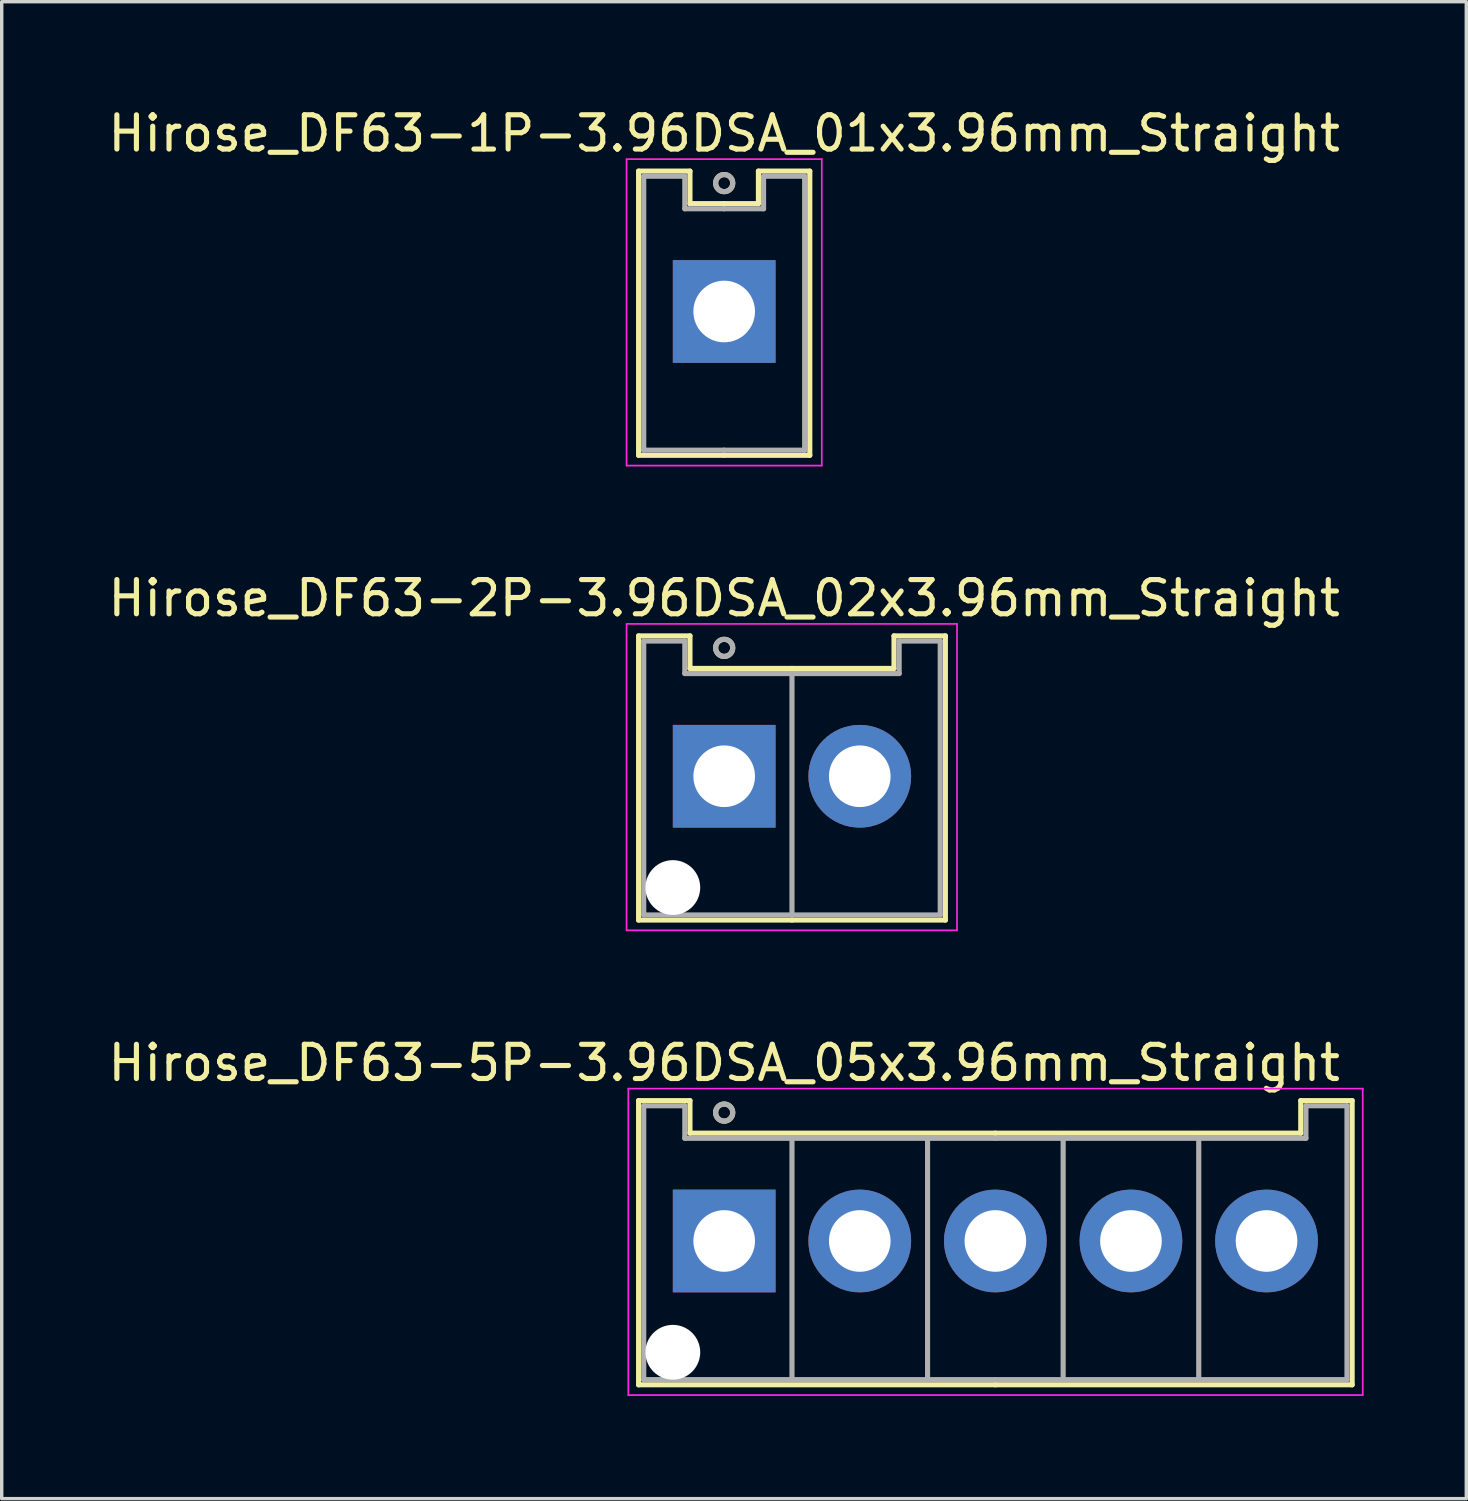
<source format=kicad_pcb>
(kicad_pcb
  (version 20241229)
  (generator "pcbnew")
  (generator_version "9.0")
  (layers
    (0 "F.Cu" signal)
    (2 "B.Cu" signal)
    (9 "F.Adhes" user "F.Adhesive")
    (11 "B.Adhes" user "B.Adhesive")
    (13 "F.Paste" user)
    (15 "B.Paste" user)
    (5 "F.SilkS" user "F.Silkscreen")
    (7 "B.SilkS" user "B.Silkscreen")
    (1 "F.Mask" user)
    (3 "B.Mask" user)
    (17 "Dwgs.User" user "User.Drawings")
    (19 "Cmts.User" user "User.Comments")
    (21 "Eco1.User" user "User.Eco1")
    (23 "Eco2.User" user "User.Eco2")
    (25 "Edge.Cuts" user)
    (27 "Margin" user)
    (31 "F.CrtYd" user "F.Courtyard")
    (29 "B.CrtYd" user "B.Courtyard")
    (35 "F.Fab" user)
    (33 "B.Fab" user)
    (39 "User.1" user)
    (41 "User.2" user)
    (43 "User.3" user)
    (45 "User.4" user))
  (footprint "Hirose_DF63-5P-3.96DSA_05x3.96mm_Straight"
    (layer "F.Cu")
    (at 18.101 33.195)
    (property "Reference" "Hirose_DF63-5P-3.96DSA_05x3.96mm_Straight" (at 0 -5.2 0) (layer "F.SilkS") (effects (font (size 1 1) (thickness 0.15))))
    (attr through_hole)
    (fp_line (start -2.5 -4.1) (end -1 -4.1) (stroke (width 0.15) (type solid)) (layer "F.SilkS"))
    (fp_line (start -2.5 4.2) (end -2.5 -4.1) (stroke (width 0.15) (type solid)) (layer "F.SilkS"))
    (fp_line (start -1 -4.1) (end -1 -3.15) (stroke (width 0.15) (type solid)) (layer "F.SilkS"))
    (fp_line (start -1 -3.15) (end 7.92 -3.15) (stroke (width 0.15) (type solid)) (layer "F.SilkS"))
    (fp_line (start 7.92 4.2) (end -2.5 4.2) (stroke (width 0.15) (type solid)) (layer "F.SilkS"))
    (fp_line (start 7.92 4.2) (end 18.34 4.2) (stroke (width 0.15) (type solid)) (layer "F.SilkS"))
    (fp_line (start 16.84 -4.1) (end 16.84 -3.15) (stroke (width 0.15) (type solid)) (layer "F.SilkS"))
    (fp_line (start 16.84 -3.15) (end 7.92 -3.15) (stroke (width 0.15) (type solid)) (layer "F.SilkS"))
    (fp_line (start 18.34 -4.1) (end 16.84 -4.1) (stroke (width 0.15) (type solid)) (layer "F.SilkS"))
    (fp_line (start 18.34 4.2) (end 18.34 -4.1) (stroke (width 0.15) (type solid)) (layer "F.SilkS"))
    (fp_circle (center 0 -3.75) (end 0.25 -3.75) (stroke (width 0.15) (type solid)) (fill no) (layer "F.SilkS"))
    (fp_line (start -2.8 -4.45) (end -2.8 4.5) (stroke (width 0.05) (type solid)) (layer "F.CrtYd"))
    (fp_line (start -2.8 4.5) (end 18.65 4.5) (stroke (width 0.05) (type solid)) (layer "F.CrtYd"))
    (fp_line (start 18.65 -4.45) (end -2.8 -4.45) (stroke (width 0.05) (type solid)) (layer "F.CrtYd"))
    (fp_line (start 18.65 4.5) (end 18.65 -4.45) (stroke (width 0.05) (type solid)) (layer "F.CrtYd"))
    (fp_line (start -2.35 -3.95) (end -1.15 -3.95) (stroke (width 0.15) (type solid)) (layer "F.Fab"))
    (fp_line (start -2.35 4.05) (end -2.35 -3.95) (stroke (width 0.15) (type solid)) (layer "F.Fab"))
    (fp_line (start -1.15 -3.95) (end -1.15 -3) (stroke (width 0.15) (type solid)) (layer "F.Fab"))
    (fp_line (start -1.15 -3) (end 7.92 -3) (stroke (width 0.15) (type solid)) (layer "F.Fab"))
    (fp_line (start 1.98 -3) (end 1.98 4.05) (stroke (width 0.15) (type solid)) (layer "F.Fab"))
    (fp_line (start 5.94 -3) (end 5.94 4.05) (stroke (width 0.15) (type solid)) (layer "F.Fab"))
    (fp_line (start 7.92 4.05) (end -2.35 4.05) (stroke (width 0.15) (type solid)) (layer "F.Fab"))
    (fp_line (start 7.92 4.05) (end 18.19 4.05) (stroke (width 0.15) (type solid)) (layer "F.Fab"))
    (fp_line (start 9.9 -3) (end 9.9 4.05) (stroke (width 0.15) (type solid)) (layer "F.Fab"))
    (fp_line (start 13.86 -3) (end 13.86 4.05) (stroke (width 0.15) (type solid)) (layer "F.Fab"))
    (fp_line (start 16.99 -3.95) (end 16.99 -3) (stroke (width 0.15) (type solid)) (layer "F.Fab"))
    (fp_line (start 16.99 -3) (end 7.92 -3) (stroke (width 0.15) (type solid)) (layer "F.Fab"))
    (fp_line (start 18.19 -3.95) (end 16.99 -3.95) (stroke (width 0.15) (type solid)) (layer "F.Fab"))
    (fp_line (start 18.19 4.05) (end 18.19 -3.95) (stroke (width 0.15) (type solid)) (layer "F.Fab"))
    (fp_circle (center 0 -3.75) (end 0.25 -3.75) (stroke (width 0.15) (type solid)) (fill no) (layer "F.Fab"))
    (pad "" np_thru_hole circle (at -1.5 3.25) (size 1.6 1.6) (drill 1.6) (layers "*.Cu" "*.Mask"))
    (pad "1" thru_hole rect (at 0 0) (size 3 3) (drill 1.8) (layers "*.Cu" "*.Mask"))
    (pad "2" thru_hole circle (at 3.96 0) (size 3 3) (drill 1.8) (layers "*.Cu" "*.Mask"))
    (pad "3" thru_hole circle (at 7.92 0) (size 3 3) (drill 1.8) (layers "*.Cu" "*.Mask"))
    (pad "4" thru_hole circle (at 11.88 0) (size 3 3) (drill 1.8) (layers "*.Cu" "*.Mask"))
    (pad "5" thru_hole circle (at 15.84 0) (size 3 3) (drill 1.8) (layers "*.Cu" "*.Mask")))
  (footprint "Hirose_DF63-1P-3.96DSA_01x3.96mm_Straight"
    (layer "F.Cu")
    (at 18.101 6.048)
    (property "Reference" "Hirose_DF63-1P-3.96DSA_01x3.96mm_Straight" (at 0 -5.2 0) (layer "F.SilkS") (effects (font (size 1 1) (thickness 0.15))))
    (attr through_hole)
    (fp_line (start -2.5 -4.1) (end -1 -4.1) (stroke (width 0.15) (type solid)) (layer "F.SilkS"))
    (fp_line (start -2.5 4.2) (end -2.5 -4.1) (stroke (width 0.15) (type solid)) (layer "F.SilkS"))
    (fp_line (start -1 -4.1) (end -1 -3.15) (stroke (width 0.15) (type solid)) (layer "F.SilkS"))
    (fp_line (start -1 -3.15) (end 0 -3.15) (stroke (width 0.15) (type solid)) (layer "F.SilkS"))
    (fp_line (start 0 4.2) (end -2.5 4.2) (stroke (width 0.15) (type solid)) (layer "F.SilkS"))
    (fp_line (start 0 4.2) (end 2.5 4.2) (stroke (width 0.15) (type solid)) (layer "F.SilkS"))
    (fp_line (start 1 -4.1) (end 1 -3.15) (stroke (width 0.15) (type solid)) (layer "F.SilkS"))
    (fp_line (start 1 -3.15) (end 0 -3.15) (stroke (width 0.15) (type solid)) (layer "F.SilkS"))
    (fp_line (start 2.5 -4.1) (end 1 -4.1) (stroke (width 0.15) (type solid)) (layer "F.SilkS"))
    (fp_line (start 2.5 4.2) (end 2.5 -4.1) (stroke (width 0.15) (type solid)) (layer "F.SilkS"))
    (fp_circle (center 0 -3.75) (end 0.25 -3.75) (stroke (width 0.15) (type solid)) (fill no) (layer "F.SilkS"))
    (fp_line (start -2.85 -4.45) (end -2.85 4.5) (stroke (width 0.05) (type solid)) (layer "F.CrtYd"))
    (fp_line (start -2.85 4.5) (end 2.85 4.5) (stroke (width 0.05) (type solid)) (layer "F.CrtYd"))
    (fp_line (start 2.85 -4.45) (end -2.85 -4.45) (stroke (width 0.05) (type solid)) (layer "F.CrtYd"))
    (fp_line (start 2.85 4.5) (end 2.85 -4.45) (stroke (width 0.05) (type solid)) (layer "F.CrtYd"))
    (fp_line (start -2.35 -3.95) (end -1.15 -3.95) (stroke (width 0.15) (type solid)) (layer "F.Fab"))
    (fp_line (start -2.35 4.05) (end -2.35 -3.95) (stroke (width 0.15) (type solid)) (layer "F.Fab"))
    (fp_line (start -1.15 -3.95) (end -1.15 -3) (stroke (width 0.15) (type solid)) (layer "F.Fab"))
    (fp_line (start -1.15 -3) (end 0 -3) (stroke (width 0.15) (type solid)) (layer "F.Fab"))
    (fp_line (start 0 4.05) (end -2.35 4.05) (stroke (width 0.15) (type solid)) (layer "F.Fab"))
    (fp_line (start 0 4.05) (end 2.35 4.05) (stroke (width 0.15) (type solid)) (layer "F.Fab"))
    (fp_line (start 1.15 -3.95) (end 1.15 -3) (stroke (width 0.15) (type solid)) (layer "F.Fab"))
    (fp_line (start 1.15 -3) (end 0 -3) (stroke (width 0.15) (type solid)) (layer "F.Fab"))
    (fp_line (start 2.35 -3.95) (end 1.15 -3.95) (stroke (width 0.15) (type solid)) (layer "F.Fab"))
    (fp_line (start 2.35 4.05) (end 2.35 -3.95) (stroke (width 0.15) (type solid)) (layer "F.Fab"))
    (fp_circle (center 0 -3.75) (end 0.25 -3.75) (stroke (width 0.15) (type solid)) (fill no) (layer "F.Fab"))
    (pad "1" thru_hole rect (at 0 0) (size 3 3) (drill 1.8) (layers "*.Cu" "*.Mask")))
  (footprint "Hirose_DF63-2P-3.96DSA_02x3.96mm_Straight"
    (layer "F.Cu")
    (at 18.101 19.622)
    (property "Reference" "Hirose_DF63-2P-3.96DSA_02x3.96mm_Straight" (at 0 -5.2 0) (layer "F.SilkS") (effects (font (size 1 1) (thickness 0.15))))
    (attr through_hole)
    (fp_line (start -2.5 -4.1) (end -1 -4.1) (stroke (width 0.15) (type solid)) (layer "F.SilkS"))
    (fp_line (start -2.5 4.2) (end -2.5 -4.1) (stroke (width 0.15) (type solid)) (layer "F.SilkS"))
    (fp_line (start -1 -4.1) (end -1 -3.15) (stroke (width 0.15) (type solid)) (layer "F.SilkS"))
    (fp_line (start -1 -3.15) (end 1.98 -3.15) (stroke (width 0.15) (type solid)) (layer "F.SilkS"))
    (fp_line (start 1.98 4.2) (end -2.5 4.2) (stroke (width 0.15) (type solid)) (layer "F.SilkS"))
    (fp_line (start 1.98 4.2) (end 6.46 4.2) (stroke (width 0.15) (type solid)) (layer "F.SilkS"))
    (fp_line (start 4.96 -4.1) (end 4.96 -3.15) (stroke (width 0.15) (type solid)) (layer "F.SilkS"))
    (fp_line (start 4.96 -3.15) (end 1.98 -3.15) (stroke (width 0.15) (type solid)) (layer "F.SilkS"))
    (fp_line (start 6.46 -4.1) (end 4.96 -4.1) (stroke (width 0.15) (type solid)) (layer "F.SilkS"))
    (fp_line (start 6.46 4.2) (end 6.46 -4.1) (stroke (width 0.15) (type solid)) (layer "F.SilkS"))
    (fp_circle (center 0 -3.75) (end 0.25 -3.75) (stroke (width 0.15) (type solid)) (fill no) (layer "F.SilkS"))
    (fp_line (start -2.85 -4.45) (end -2.85 4.5) (stroke (width 0.05) (type solid)) (layer "F.CrtYd"))
    (fp_line (start -2.85 4.5) (end 6.8 4.5) (stroke (width 0.05) (type solid)) (layer "F.CrtYd"))
    (fp_line (start 6.8 -4.45) (end -2.85 -4.45) (stroke (width 0.05) (type solid)) (layer "F.CrtYd"))
    (fp_line (start 6.8 4.5) (end 6.8 -4.45) (stroke (width 0.05) (type solid)) (layer "F.CrtYd"))
    (fp_line (start -2.35 -3.95) (end -1.15 -3.95) (stroke (width 0.15) (type solid)) (layer "F.Fab"))
    (fp_line (start -2.35 4.05) (end -2.35 -3.95) (stroke (width 0.15) (type solid)) (layer "F.Fab"))
    (fp_line (start -1.15 -3.95) (end -1.15 -3) (stroke (width 0.15) (type solid)) (layer "F.Fab"))
    (fp_line (start -1.15 -3) (end 1.98 -3) (stroke (width 0.15) (type solid)) (layer "F.Fab"))
    (fp_line (start 1.98 -3) (end 1.98 4.05) (stroke (width 0.15) (type solid)) (layer "F.Fab"))
    (fp_line (start 1.98 4.05) (end -2.35 4.05) (stroke (width 0.15) (type solid)) (layer "F.Fab"))
    (fp_line (start 1.98 4.05) (end 6.31 4.05) (stroke (width 0.15) (type solid)) (layer "F.Fab"))
    (fp_line (start 5.11 -3.95) (end 5.11 -3) (stroke (width 0.15) (type solid)) (layer "F.Fab"))
    (fp_line (start 5.11 -3) (end 1.98 -3) (stroke (width 0.15) (type solid)) (layer "F.Fab"))
    (fp_line (start 6.31 -3.95) (end 5.11 -3.95) (stroke (width 0.15) (type solid)) (layer "F.Fab"))
    (fp_line (start 6.31 4.05) (end 6.31 -3.95) (stroke (width 0.15) (type solid)) (layer "F.Fab"))
    (fp_circle (center 0 -3.75) (end 0.25 -3.75) (stroke (width 0.15) (type solid)) (fill no) (layer "F.Fab"))
    (pad "" np_thru_hole circle (at -1.5 3.25) (size 1.6 1.6) (drill 1.6) (layers "*.Cu" "*.Mask"))
    (pad "1" thru_hole rect (at 0 0) (size 3 3) (drill 1.8) (layers "*.Cu" "*.Mask"))
    (pad "2" thru_hole circle (at 3.96 0) (size 3 3) (drill 1.8) (layers "*.Cu" "*.Mask")))
  (gr_rect
    (start -3 -3)
    (end 39.776 40.72)
    (stroke (width 0.1) (type default))
    (fill no)
    (layer "Edge.Cuts")))
</source>
